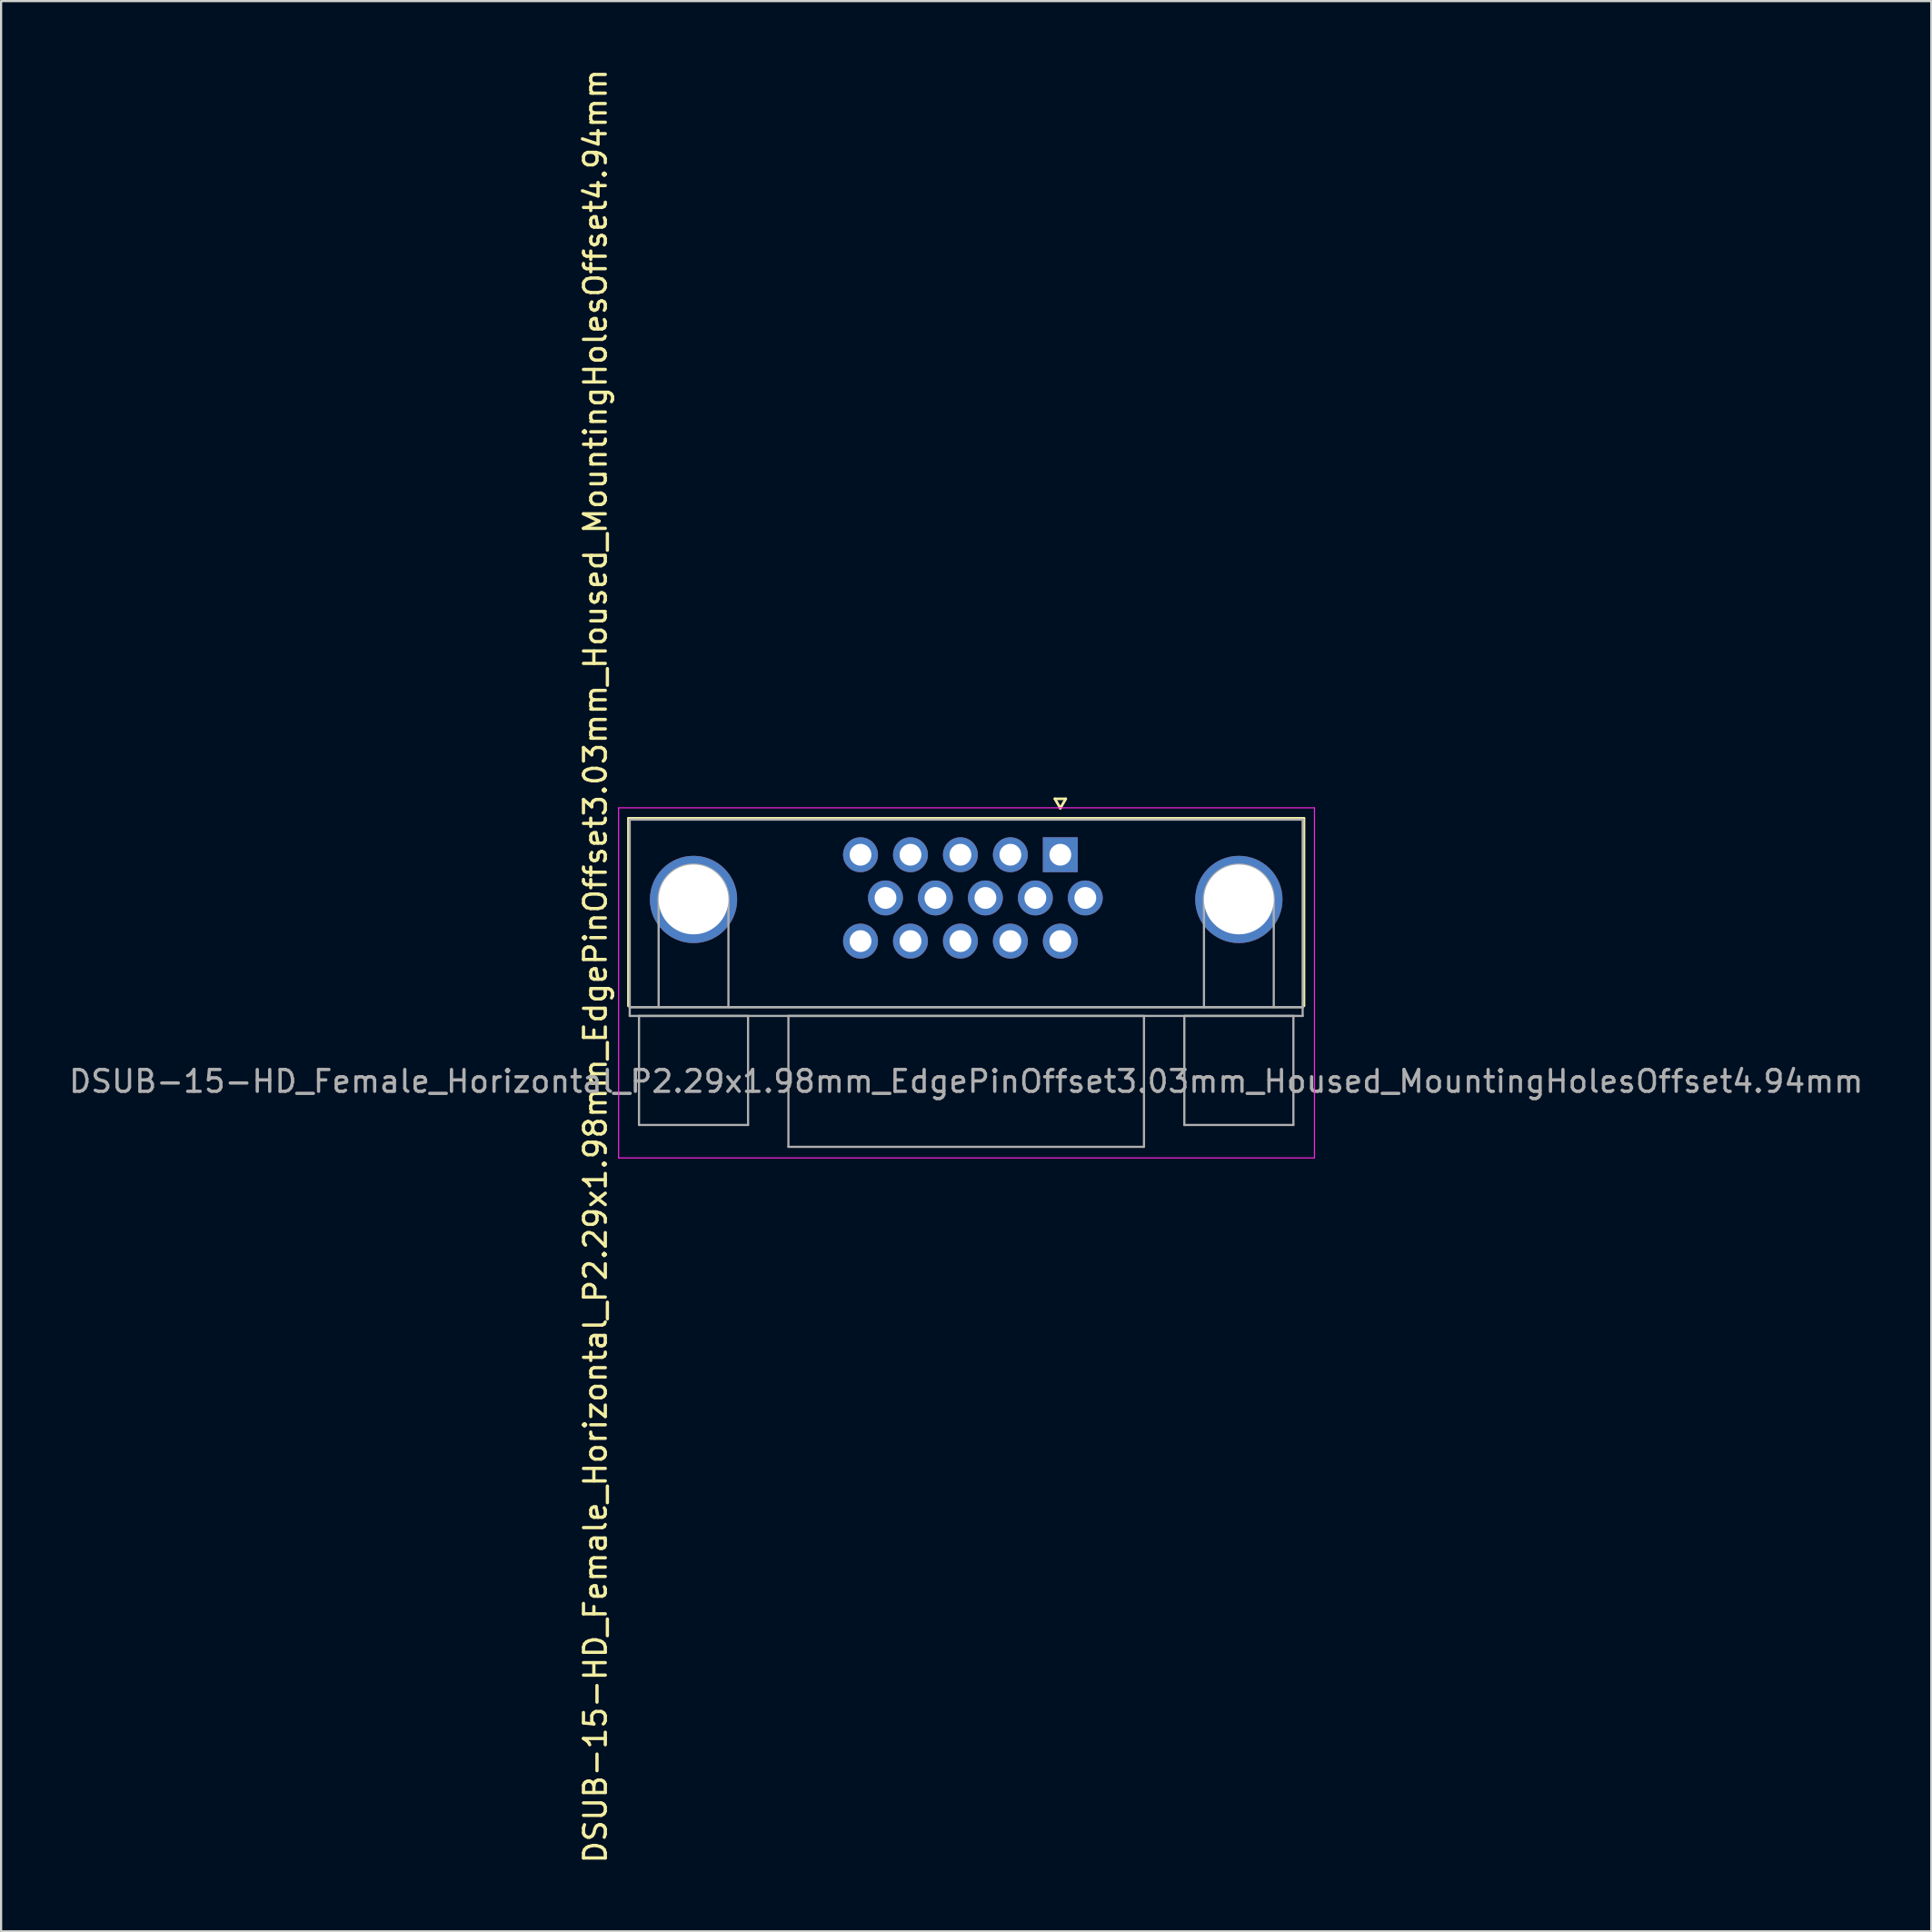
<source format=kicad_pcb>
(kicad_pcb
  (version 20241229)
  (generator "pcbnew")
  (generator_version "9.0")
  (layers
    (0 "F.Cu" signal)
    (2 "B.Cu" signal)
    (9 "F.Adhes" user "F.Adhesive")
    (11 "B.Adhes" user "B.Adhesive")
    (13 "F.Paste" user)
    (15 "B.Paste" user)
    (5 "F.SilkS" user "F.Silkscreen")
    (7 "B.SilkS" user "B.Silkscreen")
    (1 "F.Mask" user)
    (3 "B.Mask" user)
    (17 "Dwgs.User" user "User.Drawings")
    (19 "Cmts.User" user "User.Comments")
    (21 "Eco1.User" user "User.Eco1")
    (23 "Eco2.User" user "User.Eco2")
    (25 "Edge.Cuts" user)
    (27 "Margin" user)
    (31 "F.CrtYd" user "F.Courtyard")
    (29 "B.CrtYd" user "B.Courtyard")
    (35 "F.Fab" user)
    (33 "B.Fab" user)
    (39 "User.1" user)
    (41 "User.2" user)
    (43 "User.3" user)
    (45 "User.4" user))
  (footprint "DSUB-15-HD_Female_Horizontal_P2.29x1.98mm_EdgePinOffset3.03mm_Housed_MountingHolesOffset4.94mm"
    (layer "F.Cu")
    (at 45.559 36.134)
    (property "Reference" "DSUB-15-HD_Female_Horizontal_P2.29x1.98mm_EdgePinOffset3.03mm_Housed_MountingHolesOffset4.94mm" (at -21.315 5.11 90) (layer "F.SilkS") (effects (font (size 1 1) (thickness 0.15))))
    (attr through_hole)
    (fp_line (start -19.8 -1.67) (end 11.17 -1.67) (stroke (width 0.12) (type solid)) (layer "F.SilkS"))
    (fp_line (start -19.8 6.93) (end -19.8 -1.67) (stroke (width 0.12) (type solid)) (layer "F.SilkS"))
    (fp_line (start -0.25 -2.564) (end 0.25 -2.564) (stroke (width 0.12) (type solid)) (layer "F.SilkS"))
    (fp_line (start 0 -2.131) (end -0.25 -2.564) (stroke (width 0.12) (type solid)) (layer "F.SilkS"))
    (fp_line (start 0.25 -2.564) (end 0 -2.131) (stroke (width 0.12) (type solid)) (layer "F.SilkS"))
    (fp_line (start 11.17 -1.67) (end 11.17 6.93) (stroke (width 0.12) (type solid)) (layer "F.SilkS"))
    (fp_line (start -20.25 -2.15) (end -20.25 13.9) (stroke (width 0.05) (type solid)) (layer "F.CrtYd"))
    (fp_line (start -20.25 13.9) (end 11.65 13.9) (stroke (width 0.05) (type solid)) (layer "F.CrtYd"))
    (fp_line (start 11.65 -2.15) (end -20.25 -2.15) (stroke (width 0.05) (type solid)) (layer "F.CrtYd"))
    (fp_line (start 11.65 13.9) (end 11.65 -2.15) (stroke (width 0.05) (type solid)) (layer "F.CrtYd"))
    (fp_line (start -19.74 -1.61) (end -19.74 6.99) (stroke (width 0.1) (type solid)) (layer "F.Fab"))
    (fp_line (start -19.74 6.99) (end -19.74 7.39) (stroke (width 0.1) (type solid)) (layer "F.Fab"))
    (fp_line (start -19.74 6.99) (end 11.11 6.99) (stroke (width 0.1) (type solid)) (layer "F.Fab"))
    (fp_line (start -19.74 7.39) (end 11.11 7.39) (stroke (width 0.1) (type solid)) (layer "F.Fab"))
    (fp_line (start -19.315 7.39) (end -19.315 12.39) (stroke (width 0.1) (type solid)) (layer "F.Fab"))
    (fp_line (start -19.315 12.39) (end -14.315 12.39) (stroke (width 0.1) (type solid)) (layer "F.Fab"))
    (fp_line (start -18.415 6.99) (end -18.415 2.05) (stroke (width 0.1) (type solid)) (layer "F.Fab"))
    (fp_line (start -15.215 6.99) (end -15.215 2.05) (stroke (width 0.1) (type solid)) (layer "F.Fab"))
    (fp_line (start -14.315 7.39) (end -19.315 7.39) (stroke (width 0.1) (type solid)) (layer "F.Fab"))
    (fp_line (start -14.315 12.39) (end -14.315 7.39) (stroke (width 0.1) (type solid)) (layer "F.Fab"))
    (fp_line (start -12.465 7.39) (end -12.465 13.39) (stroke (width 0.1) (type solid)) (layer "F.Fab"))
    (fp_line (start -12.465 13.39) (end 3.835 13.39) (stroke (width 0.1) (type solid)) (layer "F.Fab"))
    (fp_line (start 3.835 7.39) (end -12.465 7.39) (stroke (width 0.1) (type solid)) (layer "F.Fab"))
    (fp_line (start 3.835 13.39) (end 3.835 7.39) (stroke (width 0.1) (type solid)) (layer "F.Fab"))
    (fp_line (start 5.685 7.39) (end 5.685 12.39) (stroke (width 0.1) (type solid)) (layer "F.Fab"))
    (fp_line (start 5.685 12.39) (end 10.685 12.39) (stroke (width 0.1) (type solid)) (layer "F.Fab"))
    (fp_line (start 6.585 6.99) (end 6.585 2.05) (stroke (width 0.1) (type solid)) (layer "F.Fab"))
    (fp_line (start 9.785 6.99) (end 9.785 2.05) (stroke (width 0.1) (type solid)) (layer "F.Fab"))
    (fp_line (start 10.685 7.39) (end 5.685 7.39) (stroke (width 0.1) (type solid)) (layer "F.Fab"))
    (fp_line (start 10.685 12.39) (end 10.685 7.39) (stroke (width 0.1) (type solid)) (layer "F.Fab"))
    (fp_line (start 11.11 -1.61) (end -19.74 -1.61) (stroke (width 0.1) (type solid)) (layer "F.Fab"))
    (fp_line (start 11.11 6.99) (end -19.74 6.99) (stroke (width 0.1) (type solid)) (layer "F.Fab"))
    (fp_line (start 11.11 6.99) (end 11.11 -1.61) (stroke (width 0.1) (type solid)) (layer "F.Fab"))
    (fp_line (start 11.11 7.39) (end 11.11 6.99) (stroke (width 0.1) (type solid)) (layer "F.Fab"))
    (fp_arc (start -18.415 2.05) (mid -16.815 0.45) (end -15.215 2.05) (stroke (width 0.1) (type solid)) (layer "F.Fab"))
    (fp_arc (start 6.585 2.05) (mid 8.185 0.45) (end 9.785 2.05) (stroke (width 0.1) (type solid)) (layer "F.Fab"))
    (fp_text user "${REFERENCE}" (at -4.315 10.39 0) (layer "F.Fab") (effects (font (size 1 1) (thickness 0.15))))
    (pad "0" thru_hole circle (at -16.815 2.05) (size 4 4) (drill 3.2) (layers "*.Cu" "*.Mask"))
    (pad "0" thru_hole circle (at 8.185 2.05) (size 4 4) (drill 3.2) (layers "*.Cu" "*.Mask"))
    (pad "1" thru_hole rect (at 0 0) (size 1.6 1.6) (drill 1) (layers "*.Cu" "*.Mask"))
    (pad "2" thru_hole circle (at -2.29 0) (size 1.6 1.6) (drill 1) (layers "*.Cu" "*.Mask"))
    (pad "3" thru_hole circle (at -4.58 0) (size 1.6 1.6) (drill 1) (layers "*.Cu" "*.Mask"))
    (pad "4" thru_hole circle (at -6.87 0) (size 1.6 1.6) (drill 1) (layers "*.Cu" "*.Mask"))
    (pad "5" thru_hole circle (at -9.16 0) (size 1.6 1.6) (drill 1) (layers "*.Cu" "*.Mask"))
    (pad "6" thru_hole circle (at 1.145 1.98) (size 1.6 1.6) (drill 1) (layers "*.Cu" "*.Mask"))
    (pad "7" thru_hole circle (at -1.145 1.98) (size 1.6 1.6) (drill 1) (layers "*.Cu" "*.Mask"))
    (pad "8" thru_hole circle (at -3.435 1.98) (size 1.6 1.6) (drill 1) (layers "*.Cu" "*.Mask"))
    (pad "9" thru_hole circle (at -5.725 1.98) (size 1.6 1.6) (drill 1) (layers "*.Cu" "*.Mask"))
    (pad "10" thru_hole circle (at -8.015 1.98) (size 1.6 1.6) (drill 1) (layers "*.Cu" "*.Mask"))
    (pad "11" thru_hole circle (at 0 3.96) (size 1.6 1.6) (drill 1) (layers "*.Cu" "*.Mask"))
    (pad "12" thru_hole circle (at -2.29 3.96) (size 1.6 1.6) (drill 1) (layers "*.Cu" "*.Mask"))
    (pad "13" thru_hole circle (at -4.58 3.96) (size 1.6 1.6) (drill 1) (layers "*.Cu" "*.Mask"))
    (pad "14" thru_hole circle (at -6.87 3.96) (size 1.6 1.6) (drill 1) (layers "*.Cu" "*.Mask"))
    (pad "15" thru_hole circle (at -9.16 3.96) (size 1.6 1.6) (drill 1) (layers "*.Cu" "*.Mask")))
  (gr_rect
    (start -3 -3)
    (end 85.488 85.488)
    (stroke (width 0.1) (type default))
    (fill no)
    (layer "Edge.Cuts")))
</source>
